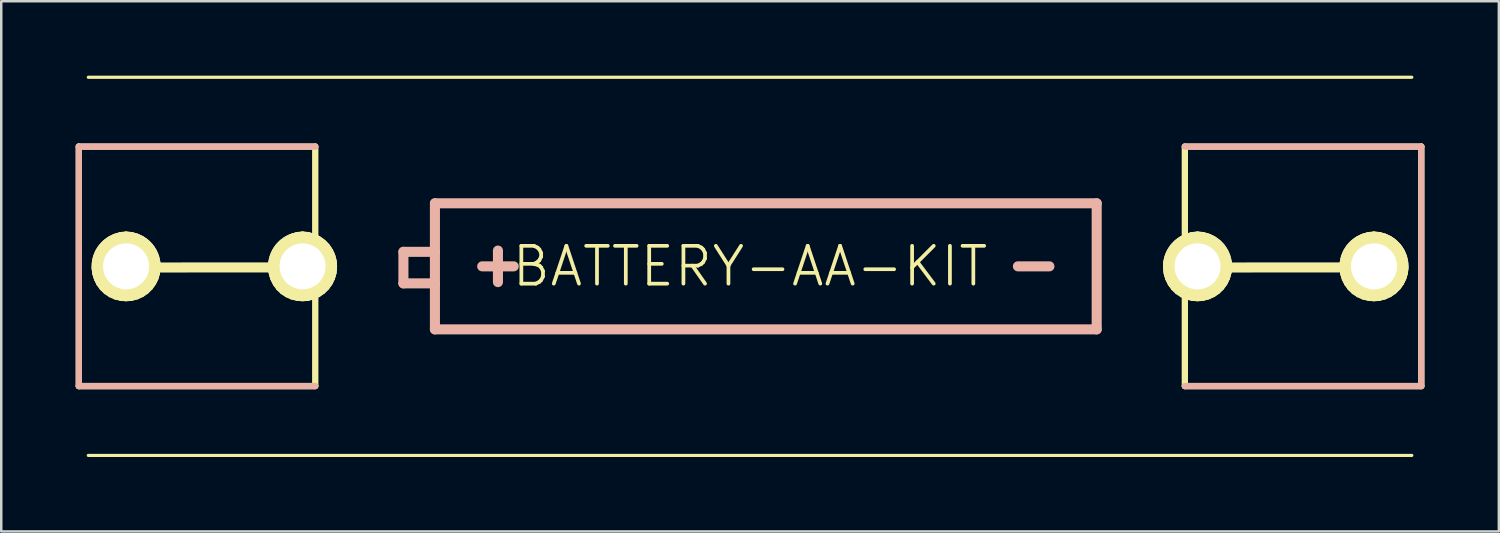
<source format=kicad_pcb>
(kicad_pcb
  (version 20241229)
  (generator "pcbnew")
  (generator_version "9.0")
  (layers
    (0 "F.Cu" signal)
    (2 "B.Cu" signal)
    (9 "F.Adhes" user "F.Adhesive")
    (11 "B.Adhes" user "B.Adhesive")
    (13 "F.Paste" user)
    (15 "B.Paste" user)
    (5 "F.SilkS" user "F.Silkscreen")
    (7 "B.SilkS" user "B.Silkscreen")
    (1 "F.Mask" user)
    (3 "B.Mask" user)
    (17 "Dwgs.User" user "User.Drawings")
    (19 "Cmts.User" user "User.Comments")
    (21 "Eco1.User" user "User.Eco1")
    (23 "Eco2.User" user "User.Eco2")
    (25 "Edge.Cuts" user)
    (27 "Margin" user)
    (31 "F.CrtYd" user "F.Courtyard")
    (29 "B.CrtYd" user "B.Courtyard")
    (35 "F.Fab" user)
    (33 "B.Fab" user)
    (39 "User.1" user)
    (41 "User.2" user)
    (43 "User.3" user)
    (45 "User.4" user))
  (footprint "BATTERY-AA-KIT"
    (layer "F.Cu")
    (at 27.178 7.684)
    (property "Reference" "BATTERY-AA-KIT" (at 0 0 0) (layer "F.SilkS") (effects (font (size 1.524 1.524) (thickness 0.15))))
    (attr exclude_from_pos_files exclude_from_bom)
    (fp_line (start -27.051 -4.826) (end -17.523 -4.826) (stroke (width 0.254) (type solid)) (layer "F.SilkS"))
    (fp_line (start -27.051 4.826) (end -27.051 -4.826) (stroke (width 0.254) (type solid)) (layer "F.SilkS"))
    (fp_line (start -26.67 -7.62) (end 26.67 -7.62) (stroke (width 0.127) (type solid)) (layer "F.SilkS"))
    (fp_line (start -26.467 0.076) (end -26.441 0.3) (stroke (width 0.127) (type solid)) (layer "F.SilkS"))
    (fp_line (start -26.454 -0.163) (end -26.467 0.076) (stroke (width 0.127) (type solid)) (layer "F.SilkS"))
    (fp_line (start -26.441 0.3) (end -26.378 0.516) (stroke (width 0.127) (type solid)) (layer "F.SilkS"))
    (fp_line (start -26.401 -0.394) (end -26.454 -0.163) (stroke (width 0.127) (type solid)) (layer "F.SilkS"))
    (fp_line (start -26.378 0.516) (end -26.279 0.719) (stroke (width 0.127) (type solid)) (layer "F.SilkS"))
    (fp_line (start -26.307 -0.615) (end -26.401 -0.394) (stroke (width 0.127) (type solid)) (layer "F.SilkS"))
    (fp_line (start -26.279 0.719) (end -26.147 0.902) (stroke (width 0.127) (type solid)) (layer "F.SilkS"))
    (fp_line (start -26.177 -0.815) (end -26.307 -0.615) (stroke (width 0.127) (type solid)) (layer "F.SilkS"))
    (fp_line (start -26.147 0.902) (end -25.984 1.059) (stroke (width 0.127) (type solid)) (layer "F.SilkS"))
    (fp_line (start -26.015 -0.991) (end -26.177 -0.815) (stroke (width 0.127) (type solid)) (layer "F.SilkS"))
    (fp_line (start -26.01 0.051) (end -25.999 -0.119) (stroke (width 0.127) (type solid)) (layer "F.SilkS"))
    (fp_line (start -25.999 -0.119) (end -25.956 -0.287) (stroke (width 0.127) (type solid)) (layer "F.SilkS"))
    (fp_line (start -25.984 0.216) (end -26.01 0.051) (stroke (width 0.127) (type solid)) (layer "F.SilkS"))
    (fp_line (start -25.984 1.059) (end -25.796 1.184) (stroke (width 0.127) (type solid)) (layer "F.SilkS"))
    (fp_line (start -25.956 -0.287) (end -25.883 -0.442) (stroke (width 0.127) (type solid)) (layer "F.SilkS"))
    (fp_line (start -25.928 0.373) (end -25.984 0.216) (stroke (width 0.127) (type solid)) (layer "F.SilkS"))
    (fp_line (start -25.883 -0.442) (end -25.778 -0.579) (stroke (width 0.127) (type solid)) (layer "F.SilkS"))
    (fp_line (start -25.845 0.516) (end -25.928 0.373) (stroke (width 0.127) (type solid)) (layer "F.SilkS"))
    (fp_line (start -25.824 -1.135) (end -26.015 -0.991) (stroke (width 0.127) (type solid)) (layer "F.SilkS"))
    (fp_line (start -25.796 1.184) (end -25.59 1.275) (stroke (width 0.127) (type solid)) (layer "F.SilkS"))
    (fp_line (start -25.778 -0.579) (end -25.651 -0.693) (stroke (width 0.127) (type solid)) (layer "F.SilkS"))
    (fp_line (start -25.733 0.64) (end -25.845 0.516) (stroke (width 0.127) (type solid)) (layer "F.SilkS"))
    (fp_line (start -25.651 -0.693) (end -25.502 -0.78) (stroke (width 0.127) (type solid)) (layer "F.SilkS"))
    (fp_line (start -25.611 -1.245) (end -25.824 -1.135) (stroke (width 0.127) (type solid)) (layer "F.SilkS"))
    (fp_line (start -25.598 0.739) (end -25.733 0.64) (stroke (width 0.127) (type solid)) (layer "F.SilkS"))
    (fp_line (start -25.59 1.275) (end -25.37 1.328) (stroke (width 0.127) (type solid)) (layer "F.SilkS"))
    (fp_line (start -25.502 -0.78) (end -25.342 -0.838) (stroke (width 0.127) (type solid)) (layer "F.SilkS"))
    (fp_line (start -25.448 0.813) (end -25.598 0.739) (stroke (width 0.127) (type solid)) (layer "F.SilkS"))
    (fp_line (start -25.382 -1.316) (end -25.611 -1.245) (stroke (width 0.127) (type solid)) (layer "F.SilkS"))
    (fp_line (start -25.37 1.328) (end -25.146 1.346) (stroke (width 0.127) (type solid)) (layer "F.SilkS"))
    (fp_line (start -25.342 -0.838) (end -25.171 -0.864) (stroke (width 0.127) (type solid)) (layer "F.SilkS"))
    (fp_line (start -25.286 0.853) (end -25.448 0.813) (stroke (width 0.127) (type solid)) (layer "F.SilkS"))
    (fp_line (start -25.171 -0.864) (end -24.999 -0.848) (stroke (width 0.127) (type solid)) (layer "F.SilkS"))
    (fp_line (start -25.146 -1.346) (end -25.382 -1.316) (stroke (width 0.127) (type solid)) (layer "F.SilkS"))
    (fp_line (start -25.146 1.346) (end -24.917 1.328) (stroke (width 0.127) (type solid)) (layer "F.SilkS"))
    (fp_line (start -25.121 0.864) (end -25.286 0.853) (stroke (width 0.127) (type solid)) (layer "F.SilkS"))
    (fp_line (start -24.999 -0.848) (end -24.834 -0.8) (stroke (width 0.127) (type solid)) (layer "F.SilkS"))
    (fp_line (start -24.953 0.843) (end -25.121 0.864) (stroke (width 0.127) (type solid)) (layer "F.SilkS"))
    (fp_line (start -24.917 1.328) (end -24.696 1.27) (stroke (width 0.127) (type solid)) (layer "F.SilkS"))
    (fp_line (start -24.91 -1.318) (end -25.146 -1.346) (stroke (width 0.127) (type solid)) (layer "F.SilkS"))
    (fp_line (start -24.834 -0.8) (end -24.681 -0.721) (stroke (width 0.127) (type solid)) (layer "F.SilkS"))
    (fp_line (start -24.795 0.792) (end -24.953 0.843) (stroke (width 0.127) (type solid)) (layer "F.SilkS"))
    (fp_line (start -24.696 1.27) (end -24.488 1.176) (stroke (width 0.127) (type solid)) (layer "F.SilkS"))
    (fp_line (start -24.681 -1.25) (end -24.91 -1.318) (stroke (width 0.127) (type solid)) (layer "F.SilkS"))
    (fp_line (start -24.681 -0.721) (end -24.547 -0.615) (stroke (width 0.127) (type solid)) (layer "F.SilkS"))
    (fp_line (start -24.648 0.711) (end -24.795 0.792) (stroke (width 0.127) (type solid)) (layer "F.SilkS"))
    (fp_line (start -24.547 -0.615) (end -24.435 -0.483) (stroke (width 0.127) (type solid)) (layer "F.SilkS"))
    (fp_line (start -24.521 0.605) (end -24.648 0.711) (stroke (width 0.127) (type solid)) (layer "F.SilkS"))
    (fp_line (start -24.488 1.176) (end -24.3 1.046) (stroke (width 0.127) (type solid)) (layer "F.SilkS"))
    (fp_line (start -24.47 -1.143) (end -24.681 -1.25) (stroke (width 0.127) (type solid)) (layer "F.SilkS"))
    (fp_line (start -24.435 -0.483) (end -24.354 -0.333) (stroke (width 0.127) (type solid)) (layer "F.SilkS"))
    (fp_line (start -24.417 0.472) (end -24.521 0.605) (stroke (width 0.127) (type solid)) (layer "F.SilkS"))
    (fp_line (start -24.354 -0.333) (end -24.3 -0.17) (stroke (width 0.127) (type solid)) (layer "F.SilkS"))
    (fp_line (start -24.341 0.325) (end -24.417 0.472) (stroke (width 0.127) (type solid)) (layer "F.SilkS"))
    (fp_line (start -24.3 -0.17) (end -24.282 0) (stroke (width 0.127) (type solid)) (layer "F.SilkS"))
    (fp_line (start -24.3 1.046) (end -24.138 0.886) (stroke (width 0.127) (type solid)) (layer "F.SilkS"))
    (fp_line (start -24.295 0.165) (end -24.341 0.325) (stroke (width 0.127) (type solid)) (layer "F.SilkS"))
    (fp_line (start -24.282 0) (end -24.295 0.165) (stroke (width 0.127) (type solid)) (layer "F.SilkS"))
    (fp_line (start -24.28 -1.003) (end -24.47 -1.143) (stroke (width 0.127) (type solid)) (layer "F.SilkS"))
    (fp_line (start -24.138 0.886) (end -24.006 0.701) (stroke (width 0.127) (type solid)) (layer "F.SilkS"))
    (fp_line (start -24.117 -0.831) (end -24.28 -1.003) (stroke (width 0.127) (type solid)) (layer "F.SilkS"))
    (fp_line (start -24.016 0.046) (end -18.913 0.043) (stroke (width 0.406) (type solid)) (layer "F.SilkS"))
    (fp_line (start -24.006 0.701) (end -23.906 0.495) (stroke (width 0.127) (type solid)) (layer "F.SilkS"))
    (fp_line (start -23.988 -0.632) (end -24.117 -0.831) (stroke (width 0.127) (type solid)) (layer "F.SilkS"))
    (fp_line (start -23.906 0.495) (end -23.846 0.277) (stroke (width 0.127) (type solid)) (layer "F.SilkS"))
    (fp_line (start -23.894 -0.414) (end -23.988 -0.632) (stroke (width 0.127) (type solid)) (layer "F.SilkS"))
    (fp_line (start -23.846 0.277) (end -23.825 0.051) (stroke (width 0.127) (type solid)) (layer "F.SilkS"))
    (fp_line (start -23.838 -0.185) (end -23.894 -0.414) (stroke (width 0.127) (type solid)) (layer "F.SilkS"))
    (fp_line (start -23.825 0.051) (end -23.838 -0.185) (stroke (width 0.127) (type solid)) (layer "F.SilkS"))
    (fp_line (start -19.355 0.076) (end -19.329 0.3) (stroke (width 0.127) (type solid)) (layer "F.SilkS"))
    (fp_line (start -19.342 -0.163) (end -19.355 0.076) (stroke (width 0.127) (type solid)) (layer "F.SilkS"))
    (fp_line (start -19.329 0.3) (end -19.266 0.516) (stroke (width 0.127) (type solid)) (layer "F.SilkS"))
    (fp_line (start -19.289 -0.394) (end -19.342 -0.163) (stroke (width 0.127) (type solid)) (layer "F.SilkS"))
    (fp_line (start -19.266 0.516) (end -19.167 0.719) (stroke (width 0.127) (type solid)) (layer "F.SilkS"))
    (fp_line (start -19.195 -0.615) (end -19.289 -0.394) (stroke (width 0.127) (type solid)) (layer "F.SilkS"))
    (fp_line (start -19.167 0.719) (end -19.035 0.902) (stroke (width 0.127) (type solid)) (layer "F.SilkS"))
    (fp_line (start -19.065 -0.815) (end -19.195 -0.615) (stroke (width 0.127) (type solid)) (layer "F.SilkS"))
    (fp_line (start -19.035 0.902) (end -18.872 1.059) (stroke (width 0.127) (type solid)) (layer "F.SilkS"))
    (fp_line (start -18.903 -0.991) (end -19.065 -0.815) (stroke (width 0.127) (type solid)) (layer "F.SilkS"))
    (fp_line (start -18.898 0.051) (end -18.887 -0.119) (stroke (width 0.127) (type solid)) (layer "F.SilkS"))
    (fp_line (start -18.887 -0.119) (end -18.844 -0.287) (stroke (width 0.127) (type solid)) (layer "F.SilkS"))
    (fp_line (start -18.872 0.216) (end -18.898 0.051) (stroke (width 0.127) (type solid)) (layer "F.SilkS"))
    (fp_line (start -18.872 1.059) (end -18.684 1.184) (stroke (width 0.127) (type solid)) (layer "F.SilkS"))
    (fp_line (start -18.844 -0.287) (end -18.771 -0.442) (stroke (width 0.127) (type solid)) (layer "F.SilkS"))
    (fp_line (start -18.816 0.373) (end -18.872 0.216) (stroke (width 0.127) (type solid)) (layer "F.SilkS"))
    (fp_line (start -18.771 -0.442) (end -18.666 -0.579) (stroke (width 0.127) (type solid)) (layer "F.SilkS"))
    (fp_line (start -18.733 0.516) (end -18.816 0.373) (stroke (width 0.127) (type solid)) (layer "F.SilkS"))
    (fp_line (start -18.712 -1.135) (end -18.903 -0.991) (stroke (width 0.127) (type solid)) (layer "F.SilkS"))
    (fp_line (start -18.684 1.184) (end -18.479 1.275) (stroke (width 0.127) (type solid)) (layer "F.SilkS"))
    (fp_line (start -18.666 -0.579) (end -18.539 -0.693) (stroke (width 0.127) (type solid)) (layer "F.SilkS"))
    (fp_line (start -18.621 0.64) (end -18.733 0.516) (stroke (width 0.127) (type solid)) (layer "F.SilkS"))
    (fp_line (start -18.539 -0.693) (end -18.39 -0.78) (stroke (width 0.127) (type solid)) (layer "F.SilkS"))
    (fp_line (start -18.499 -1.245) (end -18.712 -1.135) (stroke (width 0.127) (type solid)) (layer "F.SilkS"))
    (fp_line (start -18.486 0.739) (end -18.621 0.64) (stroke (width 0.127) (type solid)) (layer "F.SilkS"))
    (fp_line (start -18.479 1.275) (end -18.258 1.328) (stroke (width 0.127) (type solid)) (layer "F.SilkS"))
    (fp_line (start -18.39 -0.78) (end -18.23 -0.838) (stroke (width 0.127) (type solid)) (layer "F.SilkS"))
    (fp_line (start -18.336 0.813) (end -18.486 0.739) (stroke (width 0.127) (type solid)) (layer "F.SilkS"))
    (fp_line (start -18.27 -1.316) (end -18.499 -1.245) (stroke (width 0.127) (type solid)) (layer "F.SilkS"))
    (fp_line (start -18.258 1.328) (end -18.034 1.346) (stroke (width 0.127) (type solid)) (layer "F.SilkS"))
    (fp_line (start -18.23 -0.838) (end -18.059 -0.864) (stroke (width 0.127) (type solid)) (layer "F.SilkS"))
    (fp_line (start -18.174 0.853) (end -18.336 0.813) (stroke (width 0.127) (type solid)) (layer "F.SilkS"))
    (fp_line (start -18.059 -0.864) (end -17.887 -0.848) (stroke (width 0.127) (type solid)) (layer "F.SilkS"))
    (fp_line (start -18.034 -1.346) (end -18.27 -1.316) (stroke (width 0.127) (type solid)) (layer "F.SilkS"))
    (fp_line (start -18.034 1.346) (end -17.805 1.328) (stroke (width 0.127) (type solid)) (layer "F.SilkS"))
    (fp_line (start -18.009 0.864) (end -18.174 0.853) (stroke (width 0.127) (type solid)) (layer "F.SilkS"))
    (fp_line (start -17.887 -0.848) (end -17.722 -0.8) (stroke (width 0.127) (type solid)) (layer "F.SilkS"))
    (fp_line (start -17.841 0.843) (end -18.009 0.864) (stroke (width 0.127) (type solid)) (layer "F.SilkS"))
    (fp_line (start -17.805 1.328) (end -17.584 1.27) (stroke (width 0.127) (type solid)) (layer "F.SilkS"))
    (fp_line (start -17.798 -1.318) (end -18.034 -1.346) (stroke (width 0.127) (type solid)) (layer "F.SilkS"))
    (fp_line (start -17.722 -0.8) (end -17.569 -0.721) (stroke (width 0.127) (type solid)) (layer "F.SilkS"))
    (fp_line (start -17.683 0.792) (end -17.841 0.843) (stroke (width 0.127) (type solid)) (layer "F.SilkS"))
    (fp_line (start -17.584 1.27) (end -17.376 1.176) (stroke (width 0.127) (type solid)) (layer "F.SilkS"))
    (fp_line (start -17.569 -1.25) (end -17.798 -1.318) (stroke (width 0.127) (type solid)) (layer "F.SilkS"))
    (fp_line (start -17.569 -0.721) (end -17.435 -0.615) (stroke (width 0.127) (type solid)) (layer "F.SilkS"))
    (fp_line (start -17.536 0.711) (end -17.683 0.792) (stroke (width 0.127) (type solid)) (layer "F.SilkS"))
    (fp_line (start -17.523 -4.826) (end -17.523 4.826) (stroke (width 0.254) (type solid)) (layer "F.SilkS"))
    (fp_line (start -17.523 4.826) (end -27.051 4.826) (stroke (width 0.254) (type solid)) (layer "F.SilkS"))
    (fp_line (start -17.435 -0.615) (end -17.323 -0.483) (stroke (width 0.127) (type solid)) (layer "F.SilkS"))
    (fp_line (start -17.409 0.605) (end -17.536 0.711) (stroke (width 0.127) (type solid)) (layer "F.SilkS"))
    (fp_line (start -17.376 1.176) (end -17.188 1.046) (stroke (width 0.127) (type solid)) (layer "F.SilkS"))
    (fp_line (start -17.358 -1.143) (end -17.569 -1.25) (stroke (width 0.127) (type solid)) (layer "F.SilkS"))
    (fp_line (start -17.323 -0.483) (end -17.242 -0.333) (stroke (width 0.127) (type solid)) (layer "F.SilkS"))
    (fp_line (start -17.305 0.472) (end -17.409 0.605) (stroke (width 0.127) (type solid)) (layer "F.SilkS"))
    (fp_line (start -17.242 -0.333) (end -17.188 -0.17) (stroke (width 0.127) (type solid)) (layer "F.SilkS"))
    (fp_line (start -17.229 0.325) (end -17.305 0.472) (stroke (width 0.127) (type solid)) (layer "F.SilkS"))
    (fp_line (start -17.188 -0.17) (end -17.17 0) (stroke (width 0.127) (type solid)) (layer "F.SilkS"))
    (fp_line (start -17.188 1.046) (end -17.026 0.886) (stroke (width 0.127) (type solid)) (layer "F.SilkS"))
    (fp_line (start -17.183 0.165) (end -17.229 0.325) (stroke (width 0.127) (type solid)) (layer "F.SilkS"))
    (fp_line (start -17.17 0) (end -17.183 0.165) (stroke (width 0.127) (type solid)) (layer "F.SilkS"))
    (fp_line (start -17.168 -1.003) (end -17.358 -1.143) (stroke (width 0.127) (type solid)) (layer "F.SilkS"))
    (fp_line (start -17.026 0.886) (end -16.894 0.701) (stroke (width 0.127) (type solid)) (layer "F.SilkS"))
    (fp_line (start -17.005 -0.831) (end -17.168 -1.003) (stroke (width 0.127) (type solid)) (layer "F.SilkS"))
    (fp_line (start -16.894 0.701) (end -16.794 0.495) (stroke (width 0.127) (type solid)) (layer "F.SilkS"))
    (fp_line (start -16.876 -0.632) (end -17.005 -0.831) (stroke (width 0.127) (type solid)) (layer "F.SilkS"))
    (fp_line (start -16.794 0.495) (end -16.734 0.277) (stroke (width 0.127) (type solid)) (layer "F.SilkS"))
    (fp_line (start -16.782 -0.414) (end -16.876 -0.632) (stroke (width 0.127) (type solid)) (layer "F.SilkS"))
    (fp_line (start -16.734 0.277) (end -16.713 0.051) (stroke (width 0.127) (type solid)) (layer "F.SilkS"))
    (fp_line (start -16.726 -0.185) (end -16.782 -0.414) (stroke (width 0.127) (type solid)) (layer "F.SilkS"))
    (fp_line (start -16.713 0.051) (end -16.726 -0.185) (stroke (width 0.127) (type solid)) (layer "F.SilkS"))
    (fp_line (start 16.713 0.076) (end 16.736 0.3) (stroke (width 0.127) (type solid)) (layer "F.SilkS"))
    (fp_line (start 16.723 -0.163) (end 16.713 0.076) (stroke (width 0.127) (type solid)) (layer "F.SilkS"))
    (fp_line (start 16.736 0.3) (end 16.8 0.516) (stroke (width 0.127) (type solid)) (layer "F.SilkS"))
    (fp_line (start 16.777 -0.394) (end 16.723 -0.163) (stroke (width 0.127) (type solid)) (layer "F.SilkS"))
    (fp_line (start 16.8 0.516) (end 16.899 0.719) (stroke (width 0.127) (type solid)) (layer "F.SilkS"))
    (fp_line (start 16.871 -0.615) (end 16.777 -0.394) (stroke (width 0.127) (type solid)) (layer "F.SilkS"))
    (fp_line (start 16.899 0.719) (end 17.031 0.902) (stroke (width 0.127) (type solid)) (layer "F.SilkS"))
    (fp_line (start 17 -0.815) (end 16.871 -0.615) (stroke (width 0.127) (type solid)) (layer "F.SilkS"))
    (fp_line (start 17.031 0.902) (end 17.193 1.059) (stroke (width 0.127) (type solid)) (layer "F.SilkS"))
    (fp_line (start 17.163 -0.991) (end 17 -0.815) (stroke (width 0.127) (type solid)) (layer "F.SilkS"))
    (fp_line (start 17.17 0.051) (end 17.178 -0.119) (stroke (width 0.127) (type solid)) (layer "F.SilkS"))
    (fp_line (start 17.178 -0.119) (end 17.221 -0.287) (stroke (width 0.127) (type solid)) (layer "F.SilkS"))
    (fp_line (start 17.193 0.216) (end 17.17 0.051) (stroke (width 0.127) (type solid)) (layer "F.SilkS"))
    (fp_line (start 17.193 1.059) (end 17.381 1.184) (stroke (width 0.127) (type solid)) (layer "F.SilkS"))
    (fp_line (start 17.221 -0.287) (end 17.295 -0.442) (stroke (width 0.127) (type solid)) (layer "F.SilkS"))
    (fp_line (start 17.249 0.373) (end 17.193 0.216) (stroke (width 0.127) (type solid)) (layer "F.SilkS"))
    (fp_line (start 17.295 -0.442) (end 17.399 -0.579) (stroke (width 0.127) (type solid)) (layer "F.SilkS"))
    (fp_line (start 17.333 0.516) (end 17.249 0.373) (stroke (width 0.127) (type solid)) (layer "F.SilkS"))
    (fp_line (start 17.353 -1.135) (end 17.163 -0.991) (stroke (width 0.127) (type solid)) (layer "F.SilkS"))
    (fp_line (start 17.381 1.184) (end 17.587 1.275) (stroke (width 0.127) (type solid)) (layer "F.SilkS"))
    (fp_line (start 17.399 -0.579) (end 17.526 -0.693) (stroke (width 0.127) (type solid)) (layer "F.SilkS"))
    (fp_line (start 17.445 0.64) (end 17.333 0.516) (stroke (width 0.127) (type solid)) (layer "F.SilkS"))
    (fp_line (start 17.523 -4.826) (end 27.051 -4.826) (stroke (width 0.254) (type solid)) (layer "F.SilkS"))
    (fp_line (start 17.523 4.826) (end 17.523 -4.826) (stroke (width 0.254) (type solid)) (layer "F.SilkS"))
    (fp_line (start 17.526 -0.693) (end 17.676 -0.78) (stroke (width 0.127) (type solid)) (layer "F.SilkS"))
    (fp_line (start 17.567 -1.245) (end 17.353 -1.135) (stroke (width 0.127) (type solid)) (layer "F.SilkS"))
    (fp_line (start 17.579 0.739) (end 17.445 0.64) (stroke (width 0.127) (type solid)) (layer "F.SilkS"))
    (fp_line (start 17.587 1.275) (end 17.808 1.328) (stroke (width 0.127) (type solid)) (layer "F.SilkS"))
    (fp_line (start 17.676 -0.78) (end 17.836 -0.838) (stroke (width 0.127) (type solid)) (layer "F.SilkS"))
    (fp_line (start 17.729 0.813) (end 17.579 0.739) (stroke (width 0.127) (type solid)) (layer "F.SilkS"))
    (fp_line (start 17.795 -1.316) (end 17.567 -1.245) (stroke (width 0.127) (type solid)) (layer "F.SilkS"))
    (fp_line (start 17.808 1.328) (end 18.034 1.346) (stroke (width 0.127) (type solid)) (layer "F.SilkS"))
    (fp_line (start 17.836 -0.838) (end 18.009 -0.864) (stroke (width 0.127) (type solid)) (layer "F.SilkS"))
    (fp_line (start 17.892 0.853) (end 17.729 0.813) (stroke (width 0.127) (type solid)) (layer "F.SilkS"))
    (fp_line (start 18.009 -0.864) (end 18.179 -0.848) (stroke (width 0.127) (type solid)) (layer "F.SilkS"))
    (fp_line (start 18.034 -1.346) (end 17.795 -1.316) (stroke (width 0.127) (type solid)) (layer "F.SilkS"))
    (fp_line (start 18.034 1.346) (end 18.26 1.328) (stroke (width 0.127) (type solid)) (layer "F.SilkS"))
    (fp_line (start 18.059 0.864) (end 17.892 0.853) (stroke (width 0.127) (type solid)) (layer "F.SilkS"))
    (fp_line (start 18.179 -0.848) (end 18.344 -0.8) (stroke (width 0.127) (type solid)) (layer "F.SilkS"))
    (fp_line (start 18.224 0.843) (end 18.059 0.864) (stroke (width 0.127) (type solid)) (layer "F.SilkS"))
    (fp_line (start 18.26 1.328) (end 18.481 1.27) (stroke (width 0.127) (type solid)) (layer "F.SilkS"))
    (fp_line (start 18.268 -1.318) (end 18.034 -1.346) (stroke (width 0.127) (type solid)) (layer "F.SilkS"))
    (fp_line (start 18.344 -0.8) (end 18.496 -0.721) (stroke (width 0.127) (type solid)) (layer "F.SilkS"))
    (fp_line (start 18.382 0.792) (end 18.224 0.843) (stroke (width 0.127) (type solid)) (layer "F.SilkS"))
    (fp_line (start 18.481 1.27) (end 18.689 1.176) (stroke (width 0.127) (type solid)) (layer "F.SilkS"))
    (fp_line (start 18.496 -1.25) (end 18.268 -1.318) (stroke (width 0.127) (type solid)) (layer "F.SilkS"))
    (fp_line (start 18.496 -0.721) (end 18.631 -0.615) (stroke (width 0.127) (type solid)) (layer "F.SilkS"))
    (fp_line (start 18.529 0.711) (end 18.382 0.792) (stroke (width 0.127) (type solid)) (layer "F.SilkS"))
    (fp_line (start 18.631 -0.615) (end 18.743 -0.483) (stroke (width 0.127) (type solid)) (layer "F.SilkS"))
    (fp_line (start 18.656 0.605) (end 18.529 0.711) (stroke (width 0.127) (type solid)) (layer "F.SilkS"))
    (fp_line (start 18.689 1.176) (end 18.877 1.046) (stroke (width 0.127) (type solid)) (layer "F.SilkS"))
    (fp_line (start 18.707 -1.143) (end 18.496 -1.25) (stroke (width 0.127) (type solid)) (layer "F.SilkS"))
    (fp_line (start 18.743 -0.483) (end 18.824 -0.333) (stroke (width 0.127) (type solid)) (layer "F.SilkS"))
    (fp_line (start 18.76 0.472) (end 18.656 0.605) (stroke (width 0.127) (type solid)) (layer "F.SilkS"))
    (fp_line (start 18.824 -0.333) (end 18.877 -0.17) (stroke (width 0.127) (type solid)) (layer "F.SilkS"))
    (fp_line (start 18.837 0.325) (end 18.76 0.472) (stroke (width 0.127) (type solid)) (layer "F.SilkS"))
    (fp_line (start 18.877 -0.17) (end 18.898 0) (stroke (width 0.127) (type solid)) (layer "F.SilkS"))
    (fp_line (start 18.877 1.046) (end 19.04 0.886) (stroke (width 0.127) (type solid)) (layer "F.SilkS"))
    (fp_line (start 18.882 0.165) (end 18.837 0.325) (stroke (width 0.127) (type solid)) (layer "F.SilkS"))
    (fp_line (start 18.898 -1.003) (end 18.707 -1.143) (stroke (width 0.127) (type solid)) (layer "F.SilkS"))
    (fp_line (start 18.898 0) (end 18.882 0.165) (stroke (width 0.127) (type solid)) (layer "F.SilkS"))
    (fp_line (start 18.91 0.046) (end 24.011 0.043) (stroke (width 0.406) (type solid)) (layer "F.SilkS"))
    (fp_line (start 19.04 0.886) (end 19.172 0.701) (stroke (width 0.127) (type solid)) (layer "F.SilkS"))
    (fp_line (start 19.06 -0.831) (end 18.898 -1.003) (stroke (width 0.127) (type solid)) (layer "F.SilkS"))
    (fp_line (start 19.172 0.701) (end 19.271 0.495) (stroke (width 0.127) (type solid)) (layer "F.SilkS"))
    (fp_line (start 19.19 -0.632) (end 19.06 -0.831) (stroke (width 0.127) (type solid)) (layer "F.SilkS"))
    (fp_line (start 19.271 0.495) (end 19.332 0.277) (stroke (width 0.127) (type solid)) (layer "F.SilkS"))
    (fp_line (start 19.284 -0.414) (end 19.19 -0.632) (stroke (width 0.127) (type solid)) (layer "F.SilkS"))
    (fp_line (start 19.332 0.277) (end 19.355 0.051) (stroke (width 0.127) (type solid)) (layer "F.SilkS"))
    (fp_line (start 19.34 -0.185) (end 19.284 -0.414) (stroke (width 0.127) (type solid)) (layer "F.SilkS"))
    (fp_line (start 19.355 0.051) (end 19.34 -0.185) (stroke (width 0.127) (type solid)) (layer "F.SilkS"))
    (fp_line (start 23.825 0.076) (end 23.848 0.3) (stroke (width 0.127) (type solid)) (layer "F.SilkS"))
    (fp_line (start 23.835 -0.163) (end 23.825 0.076) (stroke (width 0.127) (type solid)) (layer "F.SilkS"))
    (fp_line (start 23.848 0.3) (end 23.912 0.516) (stroke (width 0.127) (type solid)) (layer "F.SilkS"))
    (fp_line (start 23.889 -0.394) (end 23.835 -0.163) (stroke (width 0.127) (type solid)) (layer "F.SilkS"))
    (fp_line (start 23.912 0.516) (end 24.011 0.719) (stroke (width 0.127) (type solid)) (layer "F.SilkS"))
    (fp_line (start 23.983 -0.615) (end 23.889 -0.394) (stroke (width 0.127) (type solid)) (layer "F.SilkS"))
    (fp_line (start 24.011 0.719) (end 24.143 0.902) (stroke (width 0.127) (type solid)) (layer "F.SilkS"))
    (fp_line (start 24.112 -0.815) (end 23.983 -0.615) (stroke (width 0.127) (type solid)) (layer "F.SilkS"))
    (fp_line (start 24.143 0.902) (end 24.305 1.059) (stroke (width 0.127) (type solid)) (layer "F.SilkS"))
    (fp_line (start 24.275 -0.991) (end 24.112 -0.815) (stroke (width 0.127) (type solid)) (layer "F.SilkS"))
    (fp_line (start 24.282 0.051) (end 24.29 -0.119) (stroke (width 0.127) (type solid)) (layer "F.SilkS"))
    (fp_line (start 24.29 -0.119) (end 24.333 -0.287) (stroke (width 0.127) (type solid)) (layer "F.SilkS"))
    (fp_line (start 24.305 0.216) (end 24.282 0.051) (stroke (width 0.127) (type solid)) (layer "F.SilkS"))
    (fp_line (start 24.305 1.059) (end 24.493 1.184) (stroke (width 0.127) (type solid)) (layer "F.SilkS"))
    (fp_line (start 24.333 -0.287) (end 24.407 -0.442) (stroke (width 0.127) (type solid)) (layer "F.SilkS"))
    (fp_line (start 24.361 0.373) (end 24.305 0.216) (stroke (width 0.127) (type solid)) (layer "F.SilkS"))
    (fp_line (start 24.407 -0.442) (end 24.511 -0.579) (stroke (width 0.127) (type solid)) (layer "F.SilkS"))
    (fp_line (start 24.445 0.516) (end 24.361 0.373) (stroke (width 0.127) (type solid)) (layer "F.SilkS"))
    (fp_line (start 24.465 -1.135) (end 24.275 -0.991) (stroke (width 0.127) (type solid)) (layer "F.SilkS"))
    (fp_line (start 24.493 1.184) (end 24.699 1.275) (stroke (width 0.127) (type solid)) (layer "F.SilkS"))
    (fp_line (start 24.511 -0.579) (end 24.638 -0.693) (stroke (width 0.127) (type solid)) (layer "F.SilkS"))
    (fp_line (start 24.557 0.64) (end 24.445 0.516) (stroke (width 0.127) (type solid)) (layer "F.SilkS"))
    (fp_line (start 24.638 -0.693) (end 24.788 -0.78) (stroke (width 0.127) (type solid)) (layer "F.SilkS"))
    (fp_line (start 24.679 -1.245) (end 24.465 -1.135) (stroke (width 0.127) (type solid)) (layer "F.SilkS"))
    (fp_line (start 24.691 0.739) (end 24.557 0.64) (stroke (width 0.127) (type solid)) (layer "F.SilkS"))
    (fp_line (start 24.699 1.275) (end 24.92 1.328) (stroke (width 0.127) (type solid)) (layer "F.SilkS"))
    (fp_line (start 24.788 -0.78) (end 24.948 -0.838) (stroke (width 0.127) (type solid)) (layer "F.SilkS"))
    (fp_line (start 24.841 0.813) (end 24.691 0.739) (stroke (width 0.127) (type solid)) (layer "F.SilkS"))
    (fp_line (start 24.907 -1.316) (end 24.679 -1.245) (stroke (width 0.127) (type solid)) (layer "F.SilkS"))
    (fp_line (start 24.92 1.328) (end 25.146 1.346) (stroke (width 0.127) (type solid)) (layer "F.SilkS"))
    (fp_line (start 24.948 -0.838) (end 25.121 -0.864) (stroke (width 0.127) (type solid)) (layer "F.SilkS"))
    (fp_line (start 25.004 0.853) (end 24.841 0.813) (stroke (width 0.127) (type solid)) (layer "F.SilkS"))
    (fp_line (start 25.121 -0.864) (end 25.291 -0.848) (stroke (width 0.127) (type solid)) (layer "F.SilkS"))
    (fp_line (start 25.146 -1.346) (end 24.907 -1.316) (stroke (width 0.127) (type solid)) (layer "F.SilkS"))
    (fp_line (start 25.146 1.346) (end 25.372 1.328) (stroke (width 0.127) (type solid)) (layer "F.SilkS"))
    (fp_line (start 25.171 0.864) (end 25.004 0.853) (stroke (width 0.127) (type solid)) (layer "F.SilkS"))
    (fp_line (start 25.291 -0.848) (end 25.456 -0.8) (stroke (width 0.127) (type solid)) (layer "F.SilkS"))
    (fp_line (start 25.337 0.843) (end 25.171 0.864) (stroke (width 0.127) (type solid)) (layer "F.SilkS"))
    (fp_line (start 25.372 1.328) (end 25.593 1.27) (stroke (width 0.127) (type solid)) (layer "F.SilkS"))
    (fp_line (start 25.38 -1.318) (end 25.146 -1.346) (stroke (width 0.127) (type solid)) (layer "F.SilkS"))
    (fp_line (start 25.456 -0.8) (end 25.608 -0.721) (stroke (width 0.127) (type solid)) (layer "F.SilkS"))
    (fp_line (start 25.494 0.792) (end 25.337 0.843) (stroke (width 0.127) (type solid)) (layer "F.SilkS"))
    (fp_line (start 25.593 1.27) (end 25.801 1.176) (stroke (width 0.127) (type solid)) (layer "F.SilkS"))
    (fp_line (start 25.608 -1.25) (end 25.38 -1.318) (stroke (width 0.127) (type solid)) (layer "F.SilkS"))
    (fp_line (start 25.608 -0.721) (end 25.743 -0.615) (stroke (width 0.127) (type solid)) (layer "F.SilkS"))
    (fp_line (start 25.641 0.711) (end 25.494 0.792) (stroke (width 0.127) (type solid)) (layer "F.SilkS"))
    (fp_line (start 25.743 -0.615) (end 25.855 -0.483) (stroke (width 0.127) (type solid)) (layer "F.SilkS"))
    (fp_line (start 25.768 0.605) (end 25.641 0.711) (stroke (width 0.127) (type solid)) (layer "F.SilkS"))
    (fp_line (start 25.801 1.176) (end 25.989 1.046) (stroke (width 0.127) (type solid)) (layer "F.SilkS"))
    (fp_line (start 25.819 -1.143) (end 25.608 -1.25) (stroke (width 0.127) (type solid)) (layer "F.SilkS"))
    (fp_line (start 25.855 -0.483) (end 25.936 -0.333) (stroke (width 0.127) (type solid)) (layer "F.SilkS"))
    (fp_line (start 25.872 0.472) (end 25.768 0.605) (stroke (width 0.127) (type solid)) (layer "F.SilkS"))
    (fp_line (start 25.936 -0.333) (end 25.989 -0.17) (stroke (width 0.127) (type solid)) (layer "F.SilkS"))
    (fp_line (start 25.949 0.325) (end 25.872 0.472) (stroke (width 0.127) (type solid)) (layer "F.SilkS"))
    (fp_line (start 25.989 -0.17) (end 26.01 0) (stroke (width 0.127) (type solid)) (layer "F.SilkS"))
    (fp_line (start 25.989 1.046) (end 26.152 0.886) (stroke (width 0.127) (type solid)) (layer "F.SilkS"))
    (fp_line (start 25.994 0.165) (end 25.949 0.325) (stroke (width 0.127) (type solid)) (layer "F.SilkS"))
    (fp_line (start 26.01 -1.003) (end 25.819 -1.143) (stroke (width 0.127) (type solid)) (layer "F.SilkS"))
    (fp_line (start 26.01 0) (end 25.994 0.165) (stroke (width 0.127) (type solid)) (layer "F.SilkS"))
    (fp_line (start 26.152 0.886) (end 26.284 0.701) (stroke (width 0.127) (type solid)) (layer "F.SilkS"))
    (fp_line (start 26.172 -0.831) (end 26.01 -1.003) (stroke (width 0.127) (type solid)) (layer "F.SilkS"))
    (fp_line (start 26.284 0.701) (end 26.383 0.495) (stroke (width 0.127) (type solid)) (layer "F.SilkS"))
    (fp_line (start 26.302 -0.632) (end 26.172 -0.831) (stroke (width 0.127) (type solid)) (layer "F.SilkS"))
    (fp_line (start 26.383 0.495) (end 26.444 0.277) (stroke (width 0.127) (type solid)) (layer "F.SilkS"))
    (fp_line (start 26.396 -0.414) (end 26.302 -0.632) (stroke (width 0.127) (type solid)) (layer "F.SilkS"))
    (fp_line (start 26.444 0.277) (end 26.467 0.051) (stroke (width 0.127) (type solid)) (layer "F.SilkS"))
    (fp_line (start 26.452 -0.185) (end 26.396 -0.414) (stroke (width 0.127) (type solid)) (layer "F.SilkS"))
    (fp_line (start 26.467 0.051) (end 26.452 -0.185) (stroke (width 0.127) (type solid)) (layer "F.SilkS"))
    (fp_line (start 26.67 7.62) (end -26.67 7.62) (stroke (width 0.127) (type solid)) (layer "F.SilkS"))
    (fp_line (start 27.051 -4.826) (end 27.051 4.826) (stroke (width 0.254) (type solid)) (layer "F.SilkS"))
    (fp_line (start 27.051 4.826) (end 17.523 4.826) (stroke (width 0.254) (type solid)) (layer "F.SilkS"))
    (fp_line (start -27.051 -4.826) (end -17.523 -4.826) (stroke (width 0.254) (type solid)) (layer "B.SilkS"))
    (fp_line (start -27.051 4.826) (end -27.051 -4.826) (stroke (width 0.254) (type solid)) (layer "B.SilkS"))
    (fp_line (start -17.523 4.826) (end -27.051 4.826) (stroke (width 0.254) (type solid)) (layer "B.SilkS"))
    (fp_line (start -13.97 -0.584) (end -13.97 0.686) (stroke (width 0.406) (type solid)) (layer "B.SilkS"))
    (fp_line (start -13.97 0.686) (end -12.7 0.686) (stroke (width 0.406) (type solid)) (layer "B.SilkS"))
    (fp_line (start -12.7 -2.54) (end -12.7 -0.584) (stroke (width 0.406) (type solid)) (layer "B.SilkS"))
    (fp_line (start -12.7 -0.584) (end -13.97 -0.584) (stroke (width 0.406) (type solid)) (layer "B.SilkS"))
    (fp_line (start -12.7 -0.584) (end -12.7 0.686) (stroke (width 0.406) (type solid)) (layer "B.SilkS"))
    (fp_line (start -12.7 0.686) (end -12.7 2.54) (stroke (width 0.406) (type solid)) (layer "B.SilkS"))
    (fp_line (start -12.7 2.54) (end 13.97 2.54) (stroke (width 0.406) (type solid)) (layer "B.SilkS"))
    (fp_line (start -10.16 -0.635) (end -10.16 0.635) (stroke (width 0.406) (type solid)) (layer "B.SilkS"))
    (fp_line (start -9.525 0) (end -10.795 0) (stroke (width 0.406) (type solid)) (layer "B.SilkS"))
    (fp_line (start 12.065 0) (end 10.795 0) (stroke (width 0.406) (type solid)) (layer "B.SilkS"))
    (fp_line (start 13.97 -2.54) (end -12.7 -2.54) (stroke (width 0.406) (type solid)) (layer "B.SilkS"))
    (fp_line (start 13.97 2.54) (end 13.97 -2.54) (stroke (width 0.406) (type solid)) (layer "B.SilkS"))
    (fp_line (start 17.523 4.826) (end 27.051 4.826) (stroke (width 0.254) (type solid)) (layer "B.SilkS"))
    (fp_line (start 27.051 -4.826) (end 17.523 -4.826) (stroke (width 0.254) (type solid)) (layer "B.SilkS"))
    (fp_line (start 27.051 4.826) (end 27.051 -4.826) (stroke (width 0.254) (type solid)) (layer "B.SilkS"))
    (pad "GND@" thru_hole circle (at 18.034 0) (size 2.781 2.781) (drill 1.854) (layers "*.Cu" "F.Mask" "F.SilkS" "F.Paste"))
    (pad "GND@" thru_hole circle (at 25.146 0) (size 2.781 2.781) (drill 1.854) (layers "*.Cu" "F.Mask" "F.SilkS" "F.Paste"))
    (pad "PWR@" thru_hole circle (at -25.146 0) (size 2.781 2.781) (drill 1.854) (layers "*.Cu" "F.Mask" "F.SilkS" "F.Paste"))
    (pad "PWR@" thru_hole circle (at -18.034 0) (size 2.781 2.781) (drill 1.854) (layers "*.Cu" "F.Mask" "F.SilkS" "F.Paste")))
  (gr_rect
    (start -3 -3)
    (end 57.356 18.367)
    (stroke (width 0.1) (type default))
    (fill no)
    (layer "Edge.Cuts")))
</source>
